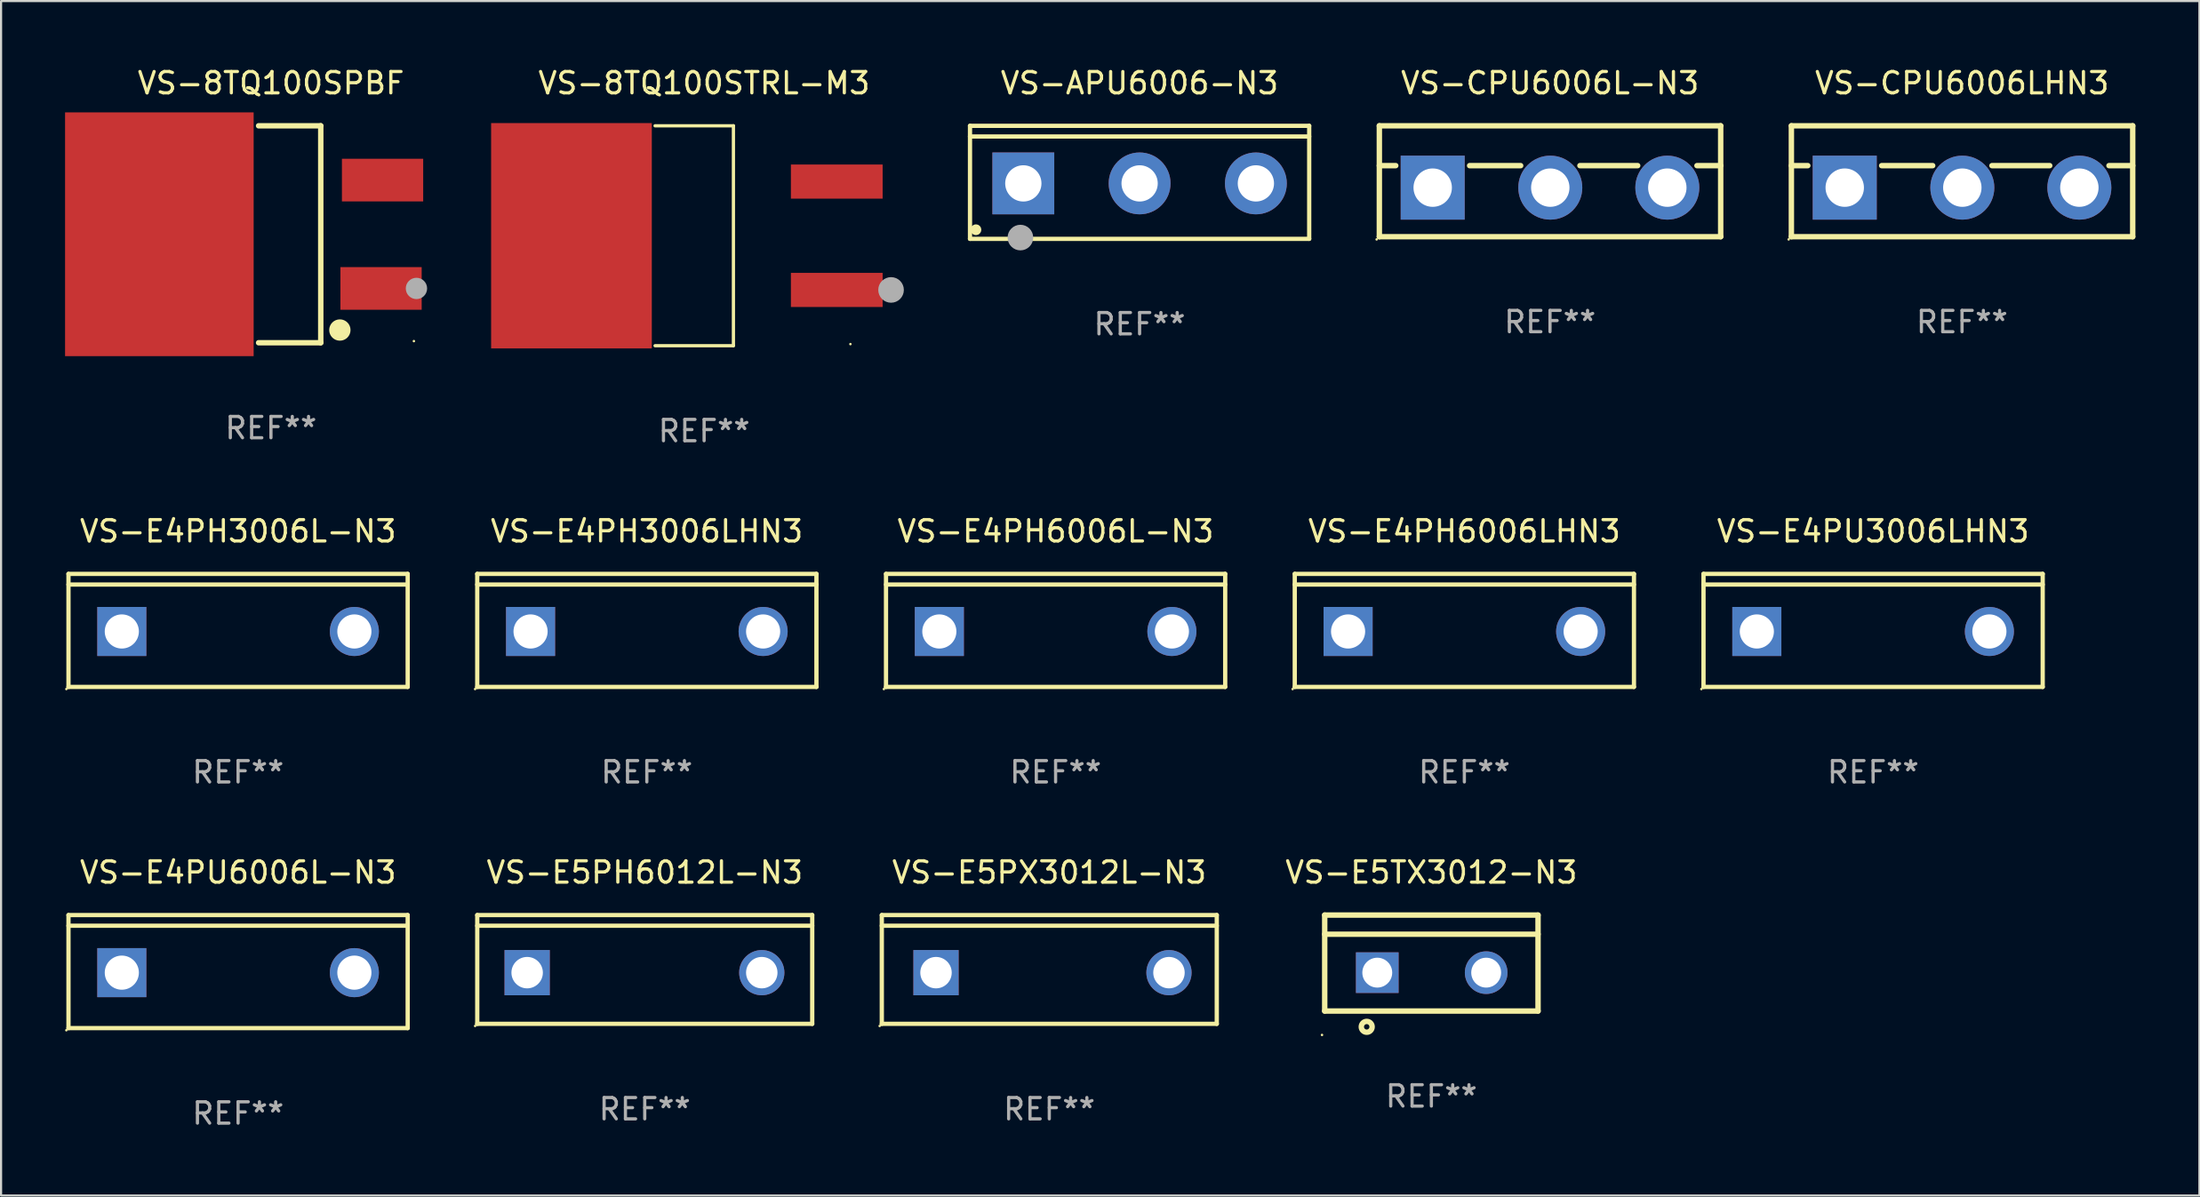
<source format=kicad_pcb>
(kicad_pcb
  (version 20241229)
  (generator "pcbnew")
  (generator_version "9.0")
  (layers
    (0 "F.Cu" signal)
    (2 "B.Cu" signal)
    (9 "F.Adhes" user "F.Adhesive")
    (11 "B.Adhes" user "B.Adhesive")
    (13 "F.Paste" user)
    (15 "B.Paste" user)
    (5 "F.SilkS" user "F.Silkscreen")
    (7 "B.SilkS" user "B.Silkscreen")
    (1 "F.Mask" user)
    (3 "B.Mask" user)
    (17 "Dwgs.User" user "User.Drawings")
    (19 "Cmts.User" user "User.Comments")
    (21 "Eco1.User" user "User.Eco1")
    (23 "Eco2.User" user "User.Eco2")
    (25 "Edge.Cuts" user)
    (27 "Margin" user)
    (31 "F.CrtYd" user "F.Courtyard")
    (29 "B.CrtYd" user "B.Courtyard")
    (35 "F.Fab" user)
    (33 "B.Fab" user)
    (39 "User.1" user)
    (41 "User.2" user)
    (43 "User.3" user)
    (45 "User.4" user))
  (footprint "VS-E4PH3006L-N3"
    (layer "F.Cu")
    (at 8.11 26.508)
    (property "Reference" "VS-E4PH3006L-N3" (at 0 -4.65 0) (layer "F.SilkS") (effects (font (size 1 1) (thickness 0.15))))
    (attr through_hole)
    (fp_line (start -7.95 -2.65) (end -7.95 2.65) (stroke (width 0.2) (type solid)) (layer "F.SilkS"))
    (fp_line (start -7.95 -2.15) (end 7.95 -2.15) (stroke (width 0.2) (type solid)) (layer "F.SilkS"))
    (fp_line (start -7.95 2.65) (end 7.95 2.65) (stroke (width 0.2) (type solid)) (layer "F.SilkS"))
    (fp_line (start 7.95 -2.65) (end -7.95 -2.65) (stroke (width 0.2) (type solid)) (layer "F.SilkS"))
    (fp_line (start 7.95 2.65) (end 7.95 -2.65) (stroke (width 0.2) (type solid)) (layer "F.SilkS"))
    (fp_circle (center -8.05 2.75) (end -8.02 2.75) (stroke (width 0.06) (type solid)) (fill no) (layer "F.SilkS"))
    (fp_text user "REF**" (at 0 6.65 0) (layer "F.Fab") (effects (font (size 1 1) (thickness 0.15))))
    (pad "1" thru_hole rect (at -5.45 0.05) (size 2.3 2.3) (drill 1.6) (layers "*.Cu" "*.Mask"))
    (pad "2" thru_hole circle (at 5.451 0.05) (size 2.3 2.3) (drill 1.6) (layers "*.Cu" "*.Mask")))
  (footprint "VS-CPU6006LHN3"
    (layer "F.Cu")
    (at 88.92 5.448)
    (property "Reference" "VS-CPU6006LHN3" (at 0 -4.6 0) (layer "F.SilkS") (effects (font (size 1 1) (thickness 0.15))))
    (attr through_hole)
    (fp_line (start -8 -2.6) (end -8 2.6) (stroke (width 0.254) (type solid)) (layer "F.SilkS"))
    (fp_line (start -8 -2.6) (end 8 -2.6) (stroke (width 0.254) (type solid)) (layer "F.SilkS"))
    (fp_line (start -8 -0.732) (end -7.23 -0.732) (stroke (width 0.254) (type solid)) (layer "F.SilkS"))
    (fp_line (start -8 2.6) (end 8 2.6) (stroke (width 0.254) (type solid)) (layer "F.SilkS"))
    (fp_line (start -3.768 -0.732) (end -1.376 -0.732) (stroke (width 0.254) (type solid)) (layer "F.SilkS"))
    (fp_line (start 1.402 -0.732) (end 4.11 -0.732) (stroke (width 0.254) (type solid)) (layer "F.SilkS"))
    (fp_line (start 6.888 -0.732) (end 8 -0.732) (stroke (width 0.254) (type solid)) (layer "F.SilkS"))
    (fp_line (start 8 -2.6) (end 8 2.6) (stroke (width 0.254) (type solid)) (layer "F.SilkS"))
    (fp_circle (center -8.127 2.727) (end -8.097 2.727) (stroke (width 0.06) (type solid)) (fill no) (layer "F.SilkS"))
    (fp_text user "REF**" (at 0 6.6 0) (layer "F.Fab") (effects (font (size 1 1) (thickness 0.15))))
    (pad "1" thru_hole rect (at -5.499 0.3) (size 3 3) (drill 1.8) (layers "*.Cu" "*.Mask"))
    (pad "2" thru_hole circle (at 0.013 0.3) (size 3 3) (drill 1.8) (layers "*.Cu" "*.Mask"))
    (pad "3" thru_hole circle (at 5.499 0.3) (size 3 3) (drill 1.8) (layers "*.Cu" "*.Mask")))
  (footprint "VS-E4PH6006LHN3"
    (layer "F.Cu")
    (at 65.591 26.508)
    (property "Reference" "VS-E4PH6006LHN3" (at 0 -4.65 0) (layer "F.SilkS") (effects (font (size 1 1) (thickness 0.15))))
    (attr through_hole)
    (fp_line (start -7.95 -2.65) (end -7.95 2.65) (stroke (width 0.2) (type solid)) (layer "F.SilkS"))
    (fp_line (start -7.95 -2.15) (end 7.95 -2.15) (stroke (width 0.2) (type solid)) (layer "F.SilkS"))
    (fp_line (start -7.95 2.65) (end 7.95 2.65) (stroke (width 0.2) (type solid)) (layer "F.SilkS"))
    (fp_line (start 7.95 -2.65) (end -7.95 -2.65) (stroke (width 0.2) (type solid)) (layer "F.SilkS"))
    (fp_line (start 7.95 2.65) (end 7.95 -2.65) (stroke (width 0.2) (type solid)) (layer "F.SilkS"))
    (fp_circle (center -8.05 2.75) (end -8.02 2.75) (stroke (width 0.06) (type solid)) (fill no) (layer "F.SilkS"))
    (fp_text user "REF**" (at 0 6.65 0) (layer "F.Fab") (effects (font (size 1 1) (thickness 0.15))))
    (pad "1" thru_hole rect (at -5.45 0.05) (size 2.3 2.3) (drill 1.6) (layers "*.Cu" "*.Mask"))
    (pad "2" thru_hole circle (at 5.451 0.05) (size 2.3 2.3) (drill 1.6) (layers "*.Cu" "*.Mask")))
  (footprint "VS-APU6006-N3"
    (layer "F.Cu")
    (at 50.368 5.499)
    (property "Reference" "VS-APU6006-N3" (at 0 -4.65 0) (layer "F.SilkS") (effects (font (size 1 1) (thickness 0.15))))
    (attr through_hole)
    (fp_line (start -7.95 -2.65) (end -7.95 2.65) (stroke (width 0.2) (type solid)) (layer "F.SilkS"))
    (fp_line (start -7.95 -2.15) (end 7.95 -2.15) (stroke (width 0.2) (type solid)) (layer "F.SilkS"))
    (fp_line (start -7.95 2.65) (end 7.95 2.65) (stroke (width 0.2) (type solid)) (layer "F.SilkS"))
    (fp_line (start 7.95 -2.65) (end -7.95 -2.65) (stroke (width 0.2) (type solid)) (layer "F.SilkS"))
    (fp_line (start 7.95 2.65) (end 7.95 -2.65) (stroke (width 0.2) (type solid)) (layer "F.SilkS"))
    (fp_circle (center -7.672 2.223) (end -7.545 2.223) (stroke (width 0.254) (type solid)) (fill no) (layer "F.SilkS"))
    (fp_circle (center -5.587 2.59) (end -5.287 2.59) (stroke (width 0.6) (type solid)) (fill no) (layer "F.Fab"))
    (fp_text user "REF**" (at 0 6.65 0) (layer "F.Fab") (effects (font (size 1 1) (thickness 0.15))))
    (pad "1" thru_hole rect (at -5.45 0.05) (size 2.9 2.9) (drill 1.7) (layers "*.Cu" "*.Mask"))
    (pad "2" thru_hole circle (at 0.001 0.05) (size 2.9 2.9) (drill 1.7) (layers "*.Cu" "*.Mask"))
    (pad "3" thru_hole circle (at 5.451 0.05) (size 2.9 2.9) (drill 1.7) (layers "*.Cu" "*.Mask")))
  (footprint "VS-E5PX3012L-N3"
    (layer "F.Cu")
    (at 46.135 42.405)
    (property "Reference" "VS-E5PX3012L-N3" (at 0 -4.55 0) (layer "F.SilkS") (effects (font (size 1 1) (thickness 0.15))))
    (attr through_hole)
    (fp_line (start -7.851 -2.55) (end 7.851 -2.55) (stroke (width 0.201) (type solid)) (layer "F.SilkS"))
    (fp_line (start -7.851 -2.05) (end 7.851 -2.05) (stroke (width 0.201) (type solid)) (layer "F.SilkS"))
    (fp_line (start -7.851 2.55) (end -7.851 -2.55) (stroke (width 0.201) (type solid)) (layer "F.SilkS"))
    (fp_line (start 7.851 -2.55) (end 7.851 2.55) (stroke (width 0.201) (type solid)) (layer "F.SilkS"))
    (fp_line (start 7.851 2.55) (end -7.851 2.55) (stroke (width 0.201) (type solid)) (layer "F.SilkS"))
    (fp_circle (center -7.951 2.65) (end -7.921 2.65) (stroke (width 0.06) (type solid)) (fill no) (layer "F.SilkS"))
    (fp_text user "REF**" (at 0 6.55 0) (layer "F.Fab") (effects (font (size 1 1) (thickness 0.15))))
    (pad "1" thru_hole rect (at -5.31 0.15) (size 2.121 2.121) (drill 1.473) (layers "*.Cu" "*.Mask"))
    (pad "3" thru_hole circle (at 5.61 0.15) (size 2.121 2.121) (drill 1.473) (layers "*.Cu" "*.Mask")))
  (footprint "VS-8TQ100SPBF"
    (layer "F.Cu")
    (at 9.651 7.934)
    (property "Reference" "VS-8TQ100SPBF" (at 0 -7.086 0) (layer "F.SilkS") (effects (font (size 1 1) (thickness 0.15))))
    (attr through_hole)
    (fp_line (start 2.334 -5.086) (end -0.58 -5.086) (stroke (width 0.254) (type solid)) (layer "F.SilkS"))
    (fp_line (start 2.334 -5.086) (end 2.334 5.086) (stroke (width 0.254) (type solid)) (layer "F.SilkS"))
    (fp_line (start 2.334 5.086) (end -0.58 5.086) (stroke (width 0.254) (type solid)) (layer "F.SilkS"))
    (fp_circle (center 3.23 4.49) (end 3.48 4.49) (stroke (width 0.5) (type solid)) (fill no) (layer "F.SilkS"))
    (fp_circle (center 6.7 5.01) (end 6.73 5.01) (stroke (width 0.06) (type solid)) (fill no) (layer "F.SilkS"))
    (fp_circle (center 6.82 2.54) (end 7.07 2.54) (stroke (width 0.5) (type solid)) (fill no) (layer "F.Fab"))
    (fp_text user "REF**" (at 0 9.086 0) (layer "F.Fab") (effects (font (size 1 1) (thickness 0.15))))
    (pad "1" smd rect (at 5.16 2.54) (size 3.81 2) (layers "F.Cu" "F.Mask" "F.Paste"))
    (pad "3" smd rect (at 5.231 -2.54) (size 3.81 2) (layers "F.Cu" "F.Mask" "F.Paste"))
    (pad "4" smd rect (at -5.231 0) (size 8.84 11.43) (layers "F.Cu" "F.Mask" "F.Paste")))
  (footprint "VS-8TQ100STRL-M3"
    (layer "F.Cu")
    (at 29.955 8.004)
    (property "Reference" "VS-8TQ100STRL-M3" (at 0 -7.156 0) (layer "F.SilkS") (effects (font (size 1 1) (thickness 0.15))))
    (attr through_hole)
    (fp_line (start -2.3 -5.156) (end 1.374 -5.156) (stroke (width 0.152) (type solid)) (layer "F.SilkS"))
    (fp_line (start -2.3 5.156) (end 1.374 5.156) (stroke (width 0.152) (type solid)) (layer "F.SilkS"))
    (fp_line (start 1.374 5.156) (end 1.374 -5.156) (stroke (width 0.152) (type solid)) (layer "F.SilkS"))
    (fp_circle (center 6.858 5.08) (end 6.888 5.08) (stroke (width 0.06) (type solid)) (fill no) (layer "F.SilkS"))
    (fp_circle (center 8.763 2.54) (end 9.063 2.54) (stroke (width 0.6) (type solid)) (fill no) (layer "F.Fab"))
    (fp_text user "REF**" (at 0 9.156 0) (layer "F.Fab") (effects (font (size 1 1) (thickness 0.15))))
    (pad "1" smd rect (at 6.218 2.54 180) (size 4.3 1.6) (layers "F.Cu" "F.Mask" "F.Paste"))
    (pad "2" smd rect (at -6.218 0 180) (size 7.532 10.566) (layers "F.Cu" "F.Mask" "F.Paste"))
    (pad "3" smd rect (at 6.218 -2.54 180) (size 4.3 1.6) (layers "F.Cu" "F.Mask" "F.Paste")))
  (footprint "VS-E4PH3006LHN3"
    (layer "F.Cu")
    (at 27.27 26.508)
    (property "Reference" "VS-E4PH3006LHN3" (at 0 -4.65 0) (layer "F.SilkS") (effects (font (size 1 1) (thickness 0.15))))
    (attr through_hole)
    (fp_line (start -7.95 -2.65) (end -7.95 2.65) (stroke (width 0.2) (type solid)) (layer "F.SilkS"))
    (fp_line (start -7.95 -2.15) (end 7.95 -2.15) (stroke (width 0.2) (type solid)) (layer "F.SilkS"))
    (fp_line (start -7.95 2.65) (end 7.95 2.65) (stroke (width 0.2) (type solid)) (layer "F.SilkS"))
    (fp_line (start 7.95 -2.65) (end -7.95 -2.65) (stroke (width 0.2) (type solid)) (layer "F.SilkS"))
    (fp_line (start 7.95 2.65) (end 7.95 -2.65) (stroke (width 0.2) (type solid)) (layer "F.SilkS"))
    (fp_circle (center -8.05 2.75) (end -8.02 2.75) (stroke (width 0.06) (type solid)) (fill no) (layer "F.SilkS"))
    (fp_text user "REF**" (at 0 6.65 0) (layer "F.Fab") (effects (font (size 1 1) (thickness 0.15))))
    (pad "1" thru_hole rect (at -5.45 0.05) (size 2.3 2.3) (drill 1.6) (layers "*.Cu" "*.Mask"))
    (pad "2" thru_hole circle (at 5.451 0.05) (size 2.3 2.3) (drill 1.6) (layers "*.Cu" "*.Mask")))
  (footprint "VS-E5PH6012L-N3"
    (layer "F.Cu")
    (at 27.172 42.405)
    (property "Reference" "VS-E5PH6012L-N3" (at 0 -4.55 0) (layer "F.SilkS") (effects (font (size 1 1) (thickness 0.15))))
    (attr through_hole)
    (fp_line (start -7.851 -2.55) (end 7.851 -2.55) (stroke (width 0.201) (type solid)) (layer "F.SilkS"))
    (fp_line (start -7.851 -2.05) (end 7.851 -2.05) (stroke (width 0.201) (type solid)) (layer "F.SilkS"))
    (fp_line (start -7.851 2.55) (end -7.851 -2.55) (stroke (width 0.201) (type solid)) (layer "F.SilkS"))
    (fp_line (start 7.851 -2.55) (end 7.851 2.55) (stroke (width 0.201) (type solid)) (layer "F.SilkS"))
    (fp_line (start 7.851 2.55) (end -7.851 2.55) (stroke (width 0.201) (type solid)) (layer "F.SilkS"))
    (fp_circle (center -7.951 2.65) (end -7.921 2.65) (stroke (width 0.06) (type solid)) (fill no) (layer "F.SilkS"))
    (fp_text user "REF**" (at 0 6.55 0) (layer "F.Fab") (effects (font (size 1 1) (thickness 0.15))))
    (pad "1" thru_hole rect (at -5.512 0.15) (size 2.121 2.121) (drill 1.473) (layers "*.Cu" "*.Mask"))
    (pad "3" thru_hole circle (at 5.486 0.15) (size 2.121 2.121) (drill 1.473) (layers "*.Cu" "*.Mask")))
  (footprint "VS-CPU6006L-N3"
    (layer "F.Cu")
    (at 69.606 5.448)
    (property "Reference" "VS-CPU6006L-N3" (at 0 -4.6 0) (layer "F.SilkS") (effects (font (size 1 1) (thickness 0.15))))
    (attr through_hole)
    (fp_line (start -8 -2.6) (end -8 2.6) (stroke (width 0.254) (type solid)) (layer "F.SilkS"))
    (fp_line (start -8 -2.6) (end 8 -2.6) (stroke (width 0.254) (type solid)) (layer "F.SilkS"))
    (fp_line (start -8 -0.732) (end -7.23 -0.732) (stroke (width 0.254) (type solid)) (layer "F.SilkS"))
    (fp_line (start -8 2.6) (end 8 2.6) (stroke (width 0.254) (type solid)) (layer "F.SilkS"))
    (fp_line (start -3.768 -0.732) (end -1.376 -0.732) (stroke (width 0.254) (type solid)) (layer "F.SilkS"))
    (fp_line (start 1.402 -0.732) (end 4.11 -0.732) (stroke (width 0.254) (type solid)) (layer "F.SilkS"))
    (fp_line (start 6.888 -0.732) (end 8 -0.732) (stroke (width 0.254) (type solid)) (layer "F.SilkS"))
    (fp_line (start 8 -2.6) (end 8 2.6) (stroke (width 0.254) (type solid)) (layer "F.SilkS"))
    (fp_circle (center -8.127 2.727) (end -8.097 2.727) (stroke (width 0.06) (type solid)) (fill no) (layer "F.SilkS"))
    (fp_text user "REF**" (at 0 6.6 0) (layer "F.Fab") (effects (font (size 1 1) (thickness 0.15))))
    (pad "1" thru_hole rect (at -5.499 0.3) (size 3 3) (drill 1.8) (layers "*.Cu" "*.Mask"))
    (pad "2" thru_hole circle (at 0.013 0.3) (size 3 3) (drill 1.8) (layers "*.Cu" "*.Mask"))
    (pad "3" thru_hole circle (at 5.499 0.3) (size 3 3) (drill 1.8) (layers "*.Cu" "*.Mask")))
  (footprint "VS-E4PH6006L-N3"
    (layer "F.Cu")
    (at 46.431 26.508)
    (property "Reference" "VS-E4PH6006L-N3" (at 0 -4.65 0) (layer "F.SilkS") (effects (font (size 1 1) (thickness 0.15))))
    (attr through_hole)
    (fp_line (start -7.95 -2.65) (end -7.95 2.65) (stroke (width 0.2) (type solid)) (layer "F.SilkS"))
    (fp_line (start -7.95 -2.15) (end 7.95 -2.15) (stroke (width 0.2) (type solid)) (layer "F.SilkS"))
    (fp_line (start -7.95 2.65) (end 7.95 2.65) (stroke (width 0.2) (type solid)) (layer "F.SilkS"))
    (fp_line (start 7.95 -2.65) (end -7.95 -2.65) (stroke (width 0.2) (type solid)) (layer "F.SilkS"))
    (fp_line (start 7.95 2.65) (end 7.95 -2.65) (stroke (width 0.2) (type solid)) (layer "F.SilkS"))
    (fp_circle (center -8.05 2.75) (end -8.02 2.75) (stroke (width 0.06) (type solid)) (fill no) (layer "F.SilkS"))
    (fp_text user "REF**" (at 0 6.65 0) (layer "F.Fab") (effects (font (size 1 1) (thickness 0.15))))
    (pad "1" thru_hole rect (at -5.45 0.05) (size 2.3 2.3) (drill 1.6) (layers "*.Cu" "*.Mask"))
    (pad "2" thru_hole circle (at 5.451 0.05) (size 2.3 2.3) (drill 1.6) (layers "*.Cu" "*.Mask")))
  (footprint "VS-E5TX3012-N3"
    (layer "F.Cu")
    (at 64.045 42.105)
    (property "Reference" "VS-E5TX3012-N3" (at 0 -4.25 0) (layer "F.SilkS") (effects (font (size 1 1) (thickness 0.15))))
    (attr through_hole)
    (fp_line (start -5 -2.25) (end 5 -2.25) (stroke (width 0.254) (type solid)) (layer "F.SilkS"))
    (fp_line (start -5 -1.351) (end 5 -1.351) (stroke (width 0.254) (type solid)) (layer "F.SilkS"))
    (fp_line (start -5 2.25) (end -5 -2.25) (stroke (width 0.254) (type solid)) (layer "F.SilkS"))
    (fp_line (start -5 2.25) (end 5 2.25) (stroke (width 0.254) (type solid)) (layer "F.SilkS"))
    (fp_line (start 5 2.25) (end 5 -2.25) (stroke (width 0.254) (type solid)) (layer "F.SilkS"))
    (fp_circle (center -5.127 3.371) (end -5.097 3.371) (stroke (width 0.06) (type solid)) (fill no) (layer "F.SilkS"))
    (fp_circle (center -3.031 2.99) (end -2.777 2.99) (stroke (width 0.254) (type solid)) (fill no) (layer "F.SilkS"))
    (fp_text user "REF**" (at 0 6.25 0) (layer "F.Fab") (effects (font (size 1 1) (thickness 0.15))))
    (pad "1" thru_hole rect (at -2.536 0.45 90) (size 1.905 2) (drill 1.4) (layers "*.Cu" "*.Mask"))
    (pad "3" thru_hole circle (at 2.569 0.45) (size 2 2) (drill 1.4) (layers "*.Cu" "*.Mask")))
  (footprint "VS-E4PU6006L-N3"
    (layer "F.Cu")
    (at 8.11 42.505)
    (property "Reference" "VS-E4PU6006L-N3" (at 0 -4.65 0) (layer "F.SilkS") (effects (font (size 1 1) (thickness 0.15))))
    (attr through_hole)
    (fp_line (start -7.95 -2.65) (end -7.95 2.65) (stroke (width 0.2) (type solid)) (layer "F.SilkS"))
    (fp_line (start -7.95 -2.15) (end 7.95 -2.15) (stroke (width 0.2) (type solid)) (layer "F.SilkS"))
    (fp_line (start -7.95 2.65) (end 7.95 2.65) (stroke (width 0.2) (type solid)) (layer "F.SilkS"))
    (fp_line (start 7.95 -2.65) (end -7.95 -2.65) (stroke (width 0.2) (type solid)) (layer "F.SilkS"))
    (fp_line (start 7.95 2.65) (end 7.95 -2.65) (stroke (width 0.2) (type solid)) (layer "F.SilkS"))
    (fp_circle (center -8.05 2.75) (end -8.02 2.75) (stroke (width 0.06) (type solid)) (fill no) (layer "F.SilkS"))
    (fp_text user "REF**" (at 0 6.65 0) (layer "F.Fab") (effects (font (size 1 1) (thickness 0.15))))
    (pad "1" thru_hole rect (at -5.45 0.05) (size 2.3 2.3) (drill 1.6) (layers "*.Cu" "*.Mask"))
    (pad "2" thru_hole circle (at 5.451 0.05) (size 2.3 2.3) (drill 1.6) (layers "*.Cu" "*.Mask")))
  (footprint "VS-E4PU3006LHN3"
    (layer "F.Cu")
    (at 84.751 26.508)
    (property "Reference" "VS-E4PU3006LHN3" (at 0 -4.65 0) (layer "F.SilkS") (effects (font (size 1 1) (thickness 0.15))))
    (attr through_hole)
    (fp_line (start -7.95 -2.65) (end -7.95 2.65) (stroke (width 0.2) (type solid)) (layer "F.SilkS"))
    (fp_line (start -7.95 -2.15) (end 7.95 -2.15) (stroke (width 0.2) (type solid)) (layer "F.SilkS"))
    (fp_line (start -7.95 2.65) (end 7.95 2.65) (stroke (width 0.2) (type solid)) (layer "F.SilkS"))
    (fp_line (start 7.95 -2.65) (end -7.95 -2.65) (stroke (width 0.2) (type solid)) (layer "F.SilkS"))
    (fp_line (start 7.95 2.65) (end 7.95 -2.65) (stroke (width 0.2) (type solid)) (layer "F.SilkS"))
    (fp_circle (center -8.05 2.75) (end -8.02 2.75) (stroke (width 0.06) (type solid)) (fill no) (layer "F.SilkS"))
    (fp_text user "REF**" (at 0 6.65 0) (layer "F.Fab") (effects (font (size 1 1) (thickness 0.15))))
    (pad "1" thru_hole rect (at -5.45 0.05) (size 2.3 2.3) (drill 1.6) (layers "*.Cu" "*.Mask"))
    (pad "2" thru_hole circle (at 5.451 0.05) (size 2.3 2.3) (drill 1.6) (layers "*.Cu" "*.Mask")))
  (gr_rect
    (start -3 -3)
    (end 100.047 53.004)
    (stroke (width 0.1) (type default))
    (fill no)
    (layer "Edge.Cuts")))
</source>
